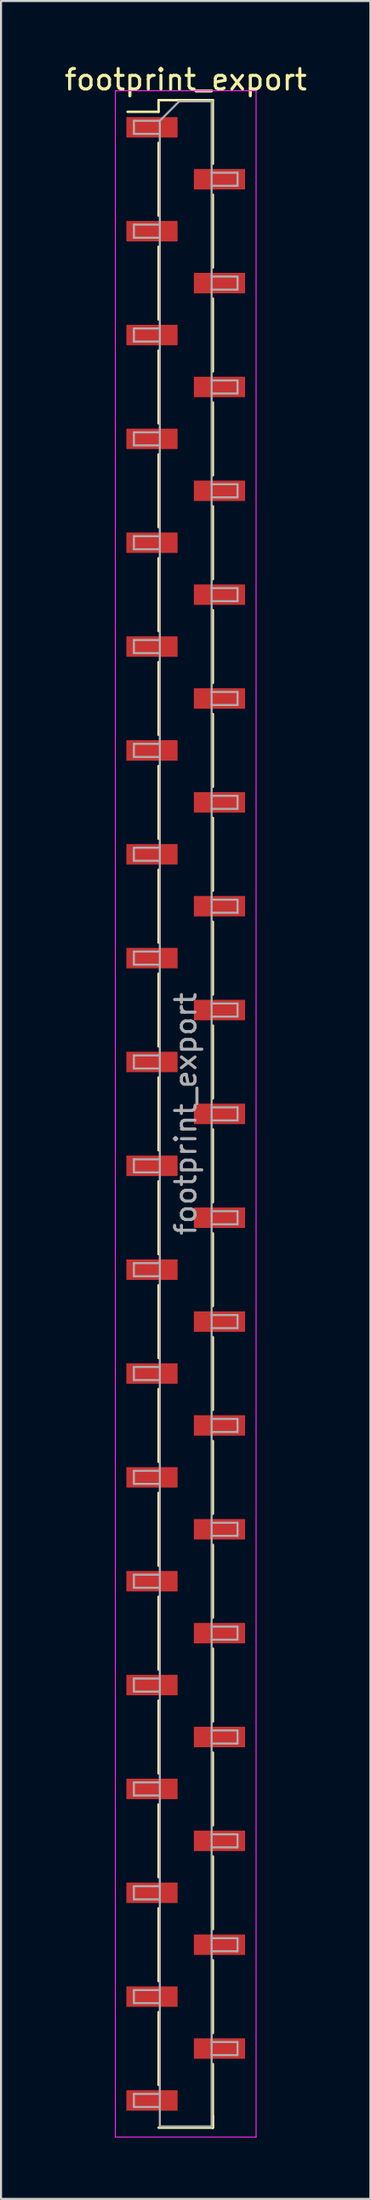
<source format=kicad_pcb>
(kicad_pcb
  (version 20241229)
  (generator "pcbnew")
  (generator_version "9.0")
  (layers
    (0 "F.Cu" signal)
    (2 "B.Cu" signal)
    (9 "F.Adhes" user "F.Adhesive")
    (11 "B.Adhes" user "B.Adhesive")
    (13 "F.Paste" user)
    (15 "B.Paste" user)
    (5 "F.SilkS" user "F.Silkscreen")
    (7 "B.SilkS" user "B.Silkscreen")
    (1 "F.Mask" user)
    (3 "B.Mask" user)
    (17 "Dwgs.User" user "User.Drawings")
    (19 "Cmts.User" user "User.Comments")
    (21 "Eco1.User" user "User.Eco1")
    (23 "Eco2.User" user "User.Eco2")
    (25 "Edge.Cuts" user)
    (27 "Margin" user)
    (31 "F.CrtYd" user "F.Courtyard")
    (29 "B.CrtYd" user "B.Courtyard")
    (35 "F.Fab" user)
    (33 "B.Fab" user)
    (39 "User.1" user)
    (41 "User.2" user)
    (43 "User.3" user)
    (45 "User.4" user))
  (footprint "footprint_export"
    (layer "F.Cu")
    (at 6.054 51.438)
    (property "Reference" "footprint_export" (at 0 -50.59 0) (layer "F.SilkS") (effects (font (size 1 1) (thickness 0.15))))
    (attr smd)
    (fp_line (start -1.33 -49.59) (end -1.33 -49.02) (stroke (width 0.12) (type solid)) (layer "F.SilkS"))
    (fp_line (start -1.33 -49.59) (end 1.33 -49.59) (stroke (width 0.12) (type solid)) (layer "F.SilkS"))
    (fp_line (start -1.33 -49.02) (end -2.85 -49.02) (stroke (width 0.12) (type solid)) (layer "F.SilkS"))
    (fp_line (start -1.33 -47.5) (end -1.33 -43.94) (stroke (width 0.12) (type solid)) (layer "F.SilkS"))
    (fp_line (start -1.33 -42.42) (end -1.33 -38.86) (stroke (width 0.12) (type solid)) (layer "F.SilkS"))
    (fp_line (start -1.33 -37.34) (end -1.33 -33.78) (stroke (width 0.12) (type solid)) (layer "F.SilkS"))
    (fp_line (start -1.33 -32.26) (end -1.33 -28.7) (stroke (width 0.12) (type solid)) (layer "F.SilkS"))
    (fp_line (start -1.33 -27.18) (end -1.33 -23.62) (stroke (width 0.12) (type solid)) (layer "F.SilkS"))
    (fp_line (start -1.33 -22.1) (end -1.33 -18.54) (stroke (width 0.12) (type solid)) (layer "F.SilkS"))
    (fp_line (start -1.33 -17.02) (end -1.33 -13.46) (stroke (width 0.12) (type solid)) (layer "F.SilkS"))
    (fp_line (start -1.33 -11.94) (end -1.33 -8.38) (stroke (width 0.12) (type solid)) (layer "F.SilkS"))
    (fp_line (start -1.33 -6.86) (end -1.33 -3.3) (stroke (width 0.12) (type solid)) (layer "F.SilkS"))
    (fp_line (start -1.33 -1.78) (end -1.33 1.78) (stroke (width 0.12) (type solid)) (layer "F.SilkS"))
    (fp_line (start -1.33 3.3) (end -1.33 6.86) (stroke (width 0.12) (type solid)) (layer "F.SilkS"))
    (fp_line (start -1.33 8.38) (end -1.33 11.94) (stroke (width 0.12) (type solid)) (layer "F.SilkS"))
    (fp_line (start -1.33 13.46) (end -1.33 17.02) (stroke (width 0.12) (type solid)) (layer "F.SilkS"))
    (fp_line (start -1.33 18.54) (end -1.33 22.1) (stroke (width 0.12) (type solid)) (layer "F.SilkS"))
    (fp_line (start -1.33 23.62) (end -1.33 27.18) (stroke (width 0.12) (type solid)) (layer "F.SilkS"))
    (fp_line (start -1.33 28.7) (end -1.33 32.26) (stroke (width 0.12) (type solid)) (layer "F.SilkS"))
    (fp_line (start -1.33 33.78) (end -1.33 37.34) (stroke (width 0.12) (type solid)) (layer "F.SilkS"))
    (fp_line (start -1.33 38.86) (end -1.33 42.42) (stroke (width 0.12) (type solid)) (layer "F.SilkS"))
    (fp_line (start -1.33 43.94) (end -1.33 47.5) (stroke (width 0.12) (type solid)) (layer "F.SilkS"))
    (fp_line (start -1.33 49.59) (end 1.33 49.59) (stroke (width 0.12) (type solid)) (layer "F.SilkS"))
    (fp_line (start 1.33 -49.59) (end 1.33 -46.48) (stroke (width 0.12) (type solid)) (layer "F.SilkS"))
    (fp_line (start 1.33 -44.96) (end 1.33 -41.4) (stroke (width 0.12) (type solid)) (layer "F.SilkS"))
    (fp_line (start 1.33 -39.88) (end 1.33 -36.32) (stroke (width 0.12) (type solid)) (layer "F.SilkS"))
    (fp_line (start 1.33 -34.8) (end 1.33 -31.24) (stroke (width 0.12) (type solid)) (layer "F.SilkS"))
    (fp_line (start 1.33 -29.72) (end 1.33 -26.16) (stroke (width 0.12) (type solid)) (layer "F.SilkS"))
    (fp_line (start 1.33 -24.64) (end 1.33 -21.08) (stroke (width 0.12) (type solid)) (layer "F.SilkS"))
    (fp_line (start 1.33 -19.56) (end 1.33 -16) (stroke (width 0.12) (type solid)) (layer "F.SilkS"))
    (fp_line (start 1.33 -14.48) (end 1.33 -10.92) (stroke (width 0.12) (type solid)) (layer "F.SilkS"))
    (fp_line (start 1.33 -9.4) (end 1.33 -5.84) (stroke (width 0.12) (type solid)) (layer "F.SilkS"))
    (fp_line (start 1.33 -4.32) (end 1.33 -0.76) (stroke (width 0.12) (type solid)) (layer "F.SilkS"))
    (fp_line (start 1.33 0.76) (end 1.33 4.32) (stroke (width 0.12) (type solid)) (layer "F.SilkS"))
    (fp_line (start 1.33 5.84) (end 1.33 9.4) (stroke (width 0.12) (type solid)) (layer "F.SilkS"))
    (fp_line (start 1.33 10.92) (end 1.33 14.48) (stroke (width 0.12) (type solid)) (layer "F.SilkS"))
    (fp_line (start 1.33 16) (end 1.33 19.56) (stroke (width 0.12) (type solid)) (layer "F.SilkS"))
    (fp_line (start 1.33 21.08) (end 1.33 24.64) (stroke (width 0.12) (type solid)) (layer "F.SilkS"))
    (fp_line (start 1.33 26.16) (end 1.33 29.72) (stroke (width 0.12) (type solid)) (layer "F.SilkS"))
    (fp_line (start 1.33 31.24) (end 1.33 34.8) (stroke (width 0.12) (type solid)) (layer "F.SilkS"))
    (fp_line (start 1.33 36.32) (end 1.33 39.88) (stroke (width 0.12) (type solid)) (layer "F.SilkS"))
    (fp_line (start 1.33 41.4) (end 1.33 44.96) (stroke (width 0.12) (type solid)) (layer "F.SilkS"))
    (fp_line (start 1.33 46.48) (end 1.33 49.59) (stroke (width 0.12) (type solid)) (layer "F.SilkS"))
    (fp_line (start 1.33 49.02) (end 1.33 49.59) (stroke (width 0.12) (type solid)) (layer "F.SilkS"))
    (fp_line (start -3.45 -50.05) (end -3.45 50.05) (stroke (width 0.05) (type solid)) (layer "F.CrtYd"))
    (fp_line (start -3.45 50.05) (end 3.45 50.05) (stroke (width 0.05) (type solid)) (layer "F.CrtYd"))
    (fp_line (start 3.45 -50.05) (end -3.45 -50.05) (stroke (width 0.05) (type solid)) (layer "F.CrtYd"))
    (fp_line (start 3.45 50.05) (end 3.45 -50.05) (stroke (width 0.05) (type solid)) (layer "F.CrtYd"))
    (fp_line (start -2.54 -48.58) (end -2.54 -47.94) (stroke (width 0.1) (type solid)) (layer "F.Fab"))
    (fp_line (start -2.54 -47.94) (end -1.27 -47.94) (stroke (width 0.1) (type solid)) (layer "F.Fab"))
    (fp_line (start -2.54 -43.5) (end -2.54 -42.86) (stroke (width 0.1) (type solid)) (layer "F.Fab"))
    (fp_line (start -2.54 -42.86) (end -1.27 -42.86) (stroke (width 0.1) (type solid)) (layer "F.Fab"))
    (fp_line (start -2.54 -38.42) (end -2.54 -37.78) (stroke (width 0.1) (type solid)) (layer "F.Fab"))
    (fp_line (start -2.54 -37.78) (end -1.27 -37.78) (stroke (width 0.1) (type solid)) (layer "F.Fab"))
    (fp_line (start -2.54 -33.34) (end -2.54 -32.7) (stroke (width 0.1) (type solid)) (layer "F.Fab"))
    (fp_line (start -2.54 -32.7) (end -1.27 -32.7) (stroke (width 0.1) (type solid)) (layer "F.Fab"))
    (fp_line (start -2.54 -28.26) (end -2.54 -27.62) (stroke (width 0.1) (type solid)) (layer "F.Fab"))
    (fp_line (start -2.54 -27.62) (end -1.27 -27.62) (stroke (width 0.1) (type solid)) (layer "F.Fab"))
    (fp_line (start -2.54 -23.18) (end -2.54 -22.54) (stroke (width 0.1) (type solid)) (layer "F.Fab"))
    (fp_line (start -2.54 -22.54) (end -1.27 -22.54) (stroke (width 0.1) (type solid)) (layer "F.Fab"))
    (fp_line (start -2.54 -18.1) (end -2.54 -17.46) (stroke (width 0.1) (type solid)) (layer "F.Fab"))
    (fp_line (start -2.54 -17.46) (end -1.27 -17.46) (stroke (width 0.1) (type solid)) (layer "F.Fab"))
    (fp_line (start -2.54 -13.02) (end -2.54 -12.38) (stroke (width 0.1) (type solid)) (layer "F.Fab"))
    (fp_line (start -2.54 -12.38) (end -1.27 -12.38) (stroke (width 0.1) (type solid)) (layer "F.Fab"))
    (fp_line (start -2.54 -7.94) (end -2.54 -7.3) (stroke (width 0.1) (type solid)) (layer "F.Fab"))
    (fp_line (start -2.54 -7.3) (end -1.27 -7.3) (stroke (width 0.1) (type solid)) (layer "F.Fab"))
    (fp_line (start -2.54 -2.86) (end -2.54 -2.22) (stroke (width 0.1) (type solid)) (layer "F.Fab"))
    (fp_line (start -2.54 -2.22) (end -1.27 -2.22) (stroke (width 0.1) (type solid)) (layer "F.Fab"))
    (fp_line (start -2.54 2.22) (end -2.54 2.86) (stroke (width 0.1) (type solid)) (layer "F.Fab"))
    (fp_line (start -2.54 2.86) (end -1.27 2.86) (stroke (width 0.1) (type solid)) (layer "F.Fab"))
    (fp_line (start -2.54 7.3) (end -2.54 7.94) (stroke (width 0.1) (type solid)) (layer "F.Fab"))
    (fp_line (start -2.54 7.94) (end -1.27 7.94) (stroke (width 0.1) (type solid)) (layer "F.Fab"))
    (fp_line (start -2.54 12.38) (end -2.54 13.02) (stroke (width 0.1) (type solid)) (layer "F.Fab"))
    (fp_line (start -2.54 13.02) (end -1.27 13.02) (stroke (width 0.1) (type solid)) (layer "F.Fab"))
    (fp_line (start -2.54 17.46) (end -2.54 18.1) (stroke (width 0.1) (type solid)) (layer "F.Fab"))
    (fp_line (start -2.54 18.1) (end -1.27 18.1) (stroke (width 0.1) (type solid)) (layer "F.Fab"))
    (fp_line (start -2.54 22.54) (end -2.54 23.18) (stroke (width 0.1) (type solid)) (layer "F.Fab"))
    (fp_line (start -2.54 23.18) (end -1.27 23.18) (stroke (width 0.1) (type solid)) (layer "F.Fab"))
    (fp_line (start -2.54 27.62) (end -2.54 28.26) (stroke (width 0.1) (type solid)) (layer "F.Fab"))
    (fp_line (start -2.54 28.26) (end -1.27 28.26) (stroke (width 0.1) (type solid)) (layer "F.Fab"))
    (fp_line (start -2.54 32.7) (end -2.54 33.34) (stroke (width 0.1) (type solid)) (layer "F.Fab"))
    (fp_line (start -2.54 33.34) (end -1.27 33.34) (stroke (width 0.1) (type solid)) (layer "F.Fab"))
    (fp_line (start -2.54 37.78) (end -2.54 38.42) (stroke (width 0.1) (type solid)) (layer "F.Fab"))
    (fp_line (start -2.54 38.42) (end -1.27 38.42) (stroke (width 0.1) (type solid)) (layer "F.Fab"))
    (fp_line (start -2.54 42.86) (end -2.54 43.5) (stroke (width 0.1) (type solid)) (layer "F.Fab"))
    (fp_line (start -2.54 43.5) (end -1.27 43.5) (stroke (width 0.1) (type solid)) (layer "F.Fab"))
    (fp_line (start -2.54 47.94) (end -2.54 48.58) (stroke (width 0.1) (type solid)) (layer "F.Fab"))
    (fp_line (start -2.54 48.58) (end -1.27 48.58) (stroke (width 0.1) (type solid)) (layer "F.Fab"))
    (fp_line (start -1.27 -48.58) (end -2.54 -48.58) (stroke (width 0.1) (type solid)) (layer "F.Fab"))
    (fp_line (start -1.27 -48.58) (end -0.32 -49.53) (stroke (width 0.1) (type solid)) (layer "F.Fab"))
    (fp_line (start -1.27 -43.5) (end -2.54 -43.5) (stroke (width 0.1) (type solid)) (layer "F.Fab"))
    (fp_line (start -1.27 -38.42) (end -2.54 -38.42) (stroke (width 0.1) (type solid)) (layer "F.Fab"))
    (fp_line (start -1.27 -33.34) (end -2.54 -33.34) (stroke (width 0.1) (type solid)) (layer "F.Fab"))
    (fp_line (start -1.27 -28.26) (end -2.54 -28.26) (stroke (width 0.1) (type solid)) (layer "F.Fab"))
    (fp_line (start -1.27 -23.18) (end -2.54 -23.18) (stroke (width 0.1) (type solid)) (layer "F.Fab"))
    (fp_line (start -1.27 -18.1) (end -2.54 -18.1) (stroke (width 0.1) (type solid)) (layer "F.Fab"))
    (fp_line (start -1.27 -13.02) (end -2.54 -13.02) (stroke (width 0.1) (type solid)) (layer "F.Fab"))
    (fp_line (start -1.27 -7.94) (end -2.54 -7.94) (stroke (width 0.1) (type solid)) (layer "F.Fab"))
    (fp_line (start -1.27 -2.86) (end -2.54 -2.86) (stroke (width 0.1) (type solid)) (layer "F.Fab"))
    (fp_line (start -1.27 2.22) (end -2.54 2.22) (stroke (width 0.1) (type solid)) (layer "F.Fab"))
    (fp_line (start -1.27 7.3) (end -2.54 7.3) (stroke (width 0.1) (type solid)) (layer "F.Fab"))
    (fp_line (start -1.27 12.38) (end -2.54 12.38) (stroke (width 0.1) (type solid)) (layer "F.Fab"))
    (fp_line (start -1.27 17.46) (end -2.54 17.46) (stroke (width 0.1) (type solid)) (layer "F.Fab"))
    (fp_line (start -1.27 22.54) (end -2.54 22.54) (stroke (width 0.1) (type solid)) (layer "F.Fab"))
    (fp_line (start -1.27 27.62) (end -2.54 27.62) (stroke (width 0.1) (type solid)) (layer "F.Fab"))
    (fp_line (start -1.27 32.7) (end -2.54 32.7) (stroke (width 0.1) (type solid)) (layer "F.Fab"))
    (fp_line (start -1.27 37.78) (end -2.54 37.78) (stroke (width 0.1) (type solid)) (layer "F.Fab"))
    (fp_line (start -1.27 42.86) (end -2.54 42.86) (stroke (width 0.1) (type solid)) (layer "F.Fab"))
    (fp_line (start -1.27 47.94) (end -2.54 47.94) (stroke (width 0.1) (type solid)) (layer "F.Fab"))
    (fp_line (start -1.27 49.53) (end -1.27 -48.58) (stroke (width 0.1) (type solid)) (layer "F.Fab"))
    (fp_line (start -0.32 -49.53) (end 1.27 -49.53) (stroke (width 0.1) (type solid)) (layer "F.Fab"))
    (fp_line (start 1.27 -49.53) (end 1.27 49.53) (stroke (width 0.1) (type solid)) (layer "F.Fab"))
    (fp_line (start 1.27 -46.04) (end 2.54 -46.04) (stroke (width 0.1) (type solid)) (layer "F.Fab"))
    (fp_line (start 1.27 -40.96) (end 2.54 -40.96) (stroke (width 0.1) (type solid)) (layer "F.Fab"))
    (fp_line (start 1.27 -35.88) (end 2.54 -35.88) (stroke (width 0.1) (type solid)) (layer "F.Fab"))
    (fp_line (start 1.27 -30.8) (end 2.54 -30.8) (stroke (width 0.1) (type solid)) (layer "F.Fab"))
    (fp_line (start 1.27 -25.72) (end 2.54 -25.72) (stroke (width 0.1) (type solid)) (layer "F.Fab"))
    (fp_line (start 1.27 -20.64) (end 2.54 -20.64) (stroke (width 0.1) (type solid)) (layer "F.Fab"))
    (fp_line (start 1.27 -15.56) (end 2.54 -15.56) (stroke (width 0.1) (type solid)) (layer "F.Fab"))
    (fp_line (start 1.27 -10.48) (end 2.54 -10.48) (stroke (width 0.1) (type solid)) (layer "F.Fab"))
    (fp_line (start 1.27 -5.4) (end 2.54 -5.4) (stroke (width 0.1) (type solid)) (layer "F.Fab"))
    (fp_line (start 1.27 -0.32) (end 2.54 -0.32) (stroke (width 0.1) (type solid)) (layer "F.Fab"))
    (fp_line (start 1.27 4.76) (end 2.54 4.76) (stroke (width 0.1) (type solid)) (layer "F.Fab"))
    (fp_line (start 1.27 9.84) (end 2.54 9.84) (stroke (width 0.1) (type solid)) (layer "F.Fab"))
    (fp_line (start 1.27 14.92) (end 2.54 14.92) (stroke (width 0.1) (type solid)) (layer "F.Fab"))
    (fp_line (start 1.27 20) (end 2.54 20) (stroke (width 0.1) (type solid)) (layer "F.Fab"))
    (fp_line (start 1.27 25.08) (end 2.54 25.08) (stroke (width 0.1) (type solid)) (layer "F.Fab"))
    (fp_line (start 1.27 30.16) (end 2.54 30.16) (stroke (width 0.1) (type solid)) (layer "F.Fab"))
    (fp_line (start 1.27 35.24) (end 2.54 35.24) (stroke (width 0.1) (type solid)) (layer "F.Fab"))
    (fp_line (start 1.27 40.32) (end 2.54 40.32) (stroke (width 0.1) (type solid)) (layer "F.Fab"))
    (fp_line (start 1.27 45.4) (end 2.54 45.4) (stroke (width 0.1) (type solid)) (layer "F.Fab"))
    (fp_line (start 1.27 49.53) (end -1.27 49.53) (stroke (width 0.1) (type solid)) (layer "F.Fab"))
    (fp_line (start 2.54 -46.04) (end 2.54 -45.4) (stroke (width 0.1) (type solid)) (layer "F.Fab"))
    (fp_line (start 2.54 -45.4) (end 1.27 -45.4) (stroke (width 0.1) (type solid)) (layer "F.Fab"))
    (fp_line (start 2.54 -40.96) (end 2.54 -40.32) (stroke (width 0.1) (type solid)) (layer "F.Fab"))
    (fp_line (start 2.54 -40.32) (end 1.27 -40.32) (stroke (width 0.1) (type solid)) (layer "F.Fab"))
    (fp_line (start 2.54 -35.88) (end 2.54 -35.24) (stroke (width 0.1) (type solid)) (layer "F.Fab"))
    (fp_line (start 2.54 -35.24) (end 1.27 -35.24) (stroke (width 0.1) (type solid)) (layer "F.Fab"))
    (fp_line (start 2.54 -30.8) (end 2.54 -30.16) (stroke (width 0.1) (type solid)) (layer "F.Fab"))
    (fp_line (start 2.54 -30.16) (end 1.27 -30.16) (stroke (width 0.1) (type solid)) (layer "F.Fab"))
    (fp_line (start 2.54 -25.72) (end 2.54 -25.08) (stroke (width 0.1) (type solid)) (layer "F.Fab"))
    (fp_line (start 2.54 -25.08) (end 1.27 -25.08) (stroke (width 0.1) (type solid)) (layer "F.Fab"))
    (fp_line (start 2.54 -20.64) (end 2.54 -20) (stroke (width 0.1) (type solid)) (layer "F.Fab"))
    (fp_line (start 2.54 -20) (end 1.27 -20) (stroke (width 0.1) (type solid)) (layer "F.Fab"))
    (fp_line (start 2.54 -15.56) (end 2.54 -14.92) (stroke (width 0.1) (type solid)) (layer "F.Fab"))
    (fp_line (start 2.54 -14.92) (end 1.27 -14.92) (stroke (width 0.1) (type solid)) (layer "F.Fab"))
    (fp_line (start 2.54 -10.48) (end 2.54 -9.84) (stroke (width 0.1) (type solid)) (layer "F.Fab"))
    (fp_line (start 2.54 -9.84) (end 1.27 -9.84) (stroke (width 0.1) (type solid)) (layer "F.Fab"))
    (fp_line (start 2.54 -5.4) (end 2.54 -4.76) (stroke (width 0.1) (type solid)) (layer "F.Fab"))
    (fp_line (start 2.54 -4.76) (end 1.27 -4.76) (stroke (width 0.1) (type solid)) (layer "F.Fab"))
    (fp_line (start 2.54 -0.32) (end 2.54 0.32) (stroke (width 0.1) (type solid)) (layer "F.Fab"))
    (fp_line (start 2.54 0.32) (end 1.27 0.32) (stroke (width 0.1) (type solid)) (layer "F.Fab"))
    (fp_line (start 2.54 4.76) (end 2.54 5.4) (stroke (width 0.1) (type solid)) (layer "F.Fab"))
    (fp_line (start 2.54 5.4) (end 1.27 5.4) (stroke (width 0.1) (type solid)) (layer "F.Fab"))
    (fp_line (start 2.54 9.84) (end 2.54 10.48) (stroke (width 0.1) (type solid)) (layer "F.Fab"))
    (fp_line (start 2.54 10.48) (end 1.27 10.48) (stroke (width 0.1) (type solid)) (layer "F.Fab"))
    (fp_line (start 2.54 14.92) (end 2.54 15.56) (stroke (width 0.1) (type solid)) (layer "F.Fab"))
    (fp_line (start 2.54 15.56) (end 1.27 15.56) (stroke (width 0.1) (type solid)) (layer "F.Fab"))
    (fp_line (start 2.54 20) (end 2.54 20.64) (stroke (width 0.1) (type solid)) (layer "F.Fab"))
    (fp_line (start 2.54 20.64) (end 1.27 20.64) (stroke (width 0.1) (type solid)) (layer "F.Fab"))
    (fp_line (start 2.54 25.08) (end 2.54 25.72) (stroke (width 0.1) (type solid)) (layer "F.Fab"))
    (fp_line (start 2.54 25.72) (end 1.27 25.72) (stroke (width 0.1) (type solid)) (layer "F.Fab"))
    (fp_line (start 2.54 30.16) (end 2.54 30.8) (stroke (width 0.1) (type solid)) (layer "F.Fab"))
    (fp_line (start 2.54 30.8) (end 1.27 30.8) (stroke (width 0.1) (type solid)) (layer "F.Fab"))
    (fp_line (start 2.54 35.24) (end 2.54 35.88) (stroke (width 0.1) (type solid)) (layer "F.Fab"))
    (fp_line (start 2.54 35.88) (end 1.27 35.88) (stroke (width 0.1) (type solid)) (layer "F.Fab"))
    (fp_line (start 2.54 40.32) (end 2.54 40.96) (stroke (width 0.1) (type solid)) (layer "F.Fab"))
    (fp_line (start 2.54 40.96) (end 1.27 40.96) (stroke (width 0.1) (type solid)) (layer "F.Fab"))
    (fp_line (start 2.54 45.4) (end 2.54 46.04) (stroke (width 0.1) (type solid)) (layer "F.Fab"))
    (fp_line (start 2.54 46.04) (end 1.27 46.04) (stroke (width 0.1) (type solid)) (layer "F.Fab"))
    (fp_text user "${REFERENCE}" (at 0 0 90) (layer "F.Fab") (effects (font (size 1 1) (thickness 0.15))))
    (pad "1" smd rect (at -1.655 -48.26) (size 2.51 1) (layers "F.Cu" "F.Mask" "F.Paste"))
    (pad "2" smd rect (at 1.655 -45.72) (size 2.51 1) (layers "F.Cu" "F.Mask" "F.Paste"))
    (pad "3" smd rect (at -1.655 -43.18) (size 2.51 1) (layers "F.Cu" "F.Mask" "F.Paste"))
    (pad "4" smd rect (at 1.655 -40.64) (size 2.51 1) (layers "F.Cu" "F.Mask" "F.Paste"))
    (pad "5" smd rect (at -1.655 -38.1) (size 2.51 1) (layers "F.Cu" "F.Mask" "F.Paste"))
    (pad "6" smd rect (at 1.655 -35.56) (size 2.51 1) (layers "F.Cu" "F.Mask" "F.Paste"))
    (pad "7" smd rect (at -1.655 -33.02) (size 2.51 1) (layers "F.Cu" "F.Mask" "F.Paste"))
    (pad "8" smd rect (at 1.655 -30.48) (size 2.51 1) (layers "F.Cu" "F.Mask" "F.Paste"))
    (pad "9" smd rect (at -1.655 -27.94) (size 2.51 1) (layers "F.Cu" "F.Mask" "F.Paste"))
    (pad "10" smd rect (at 1.655 -25.4) (size 2.51 1) (layers "F.Cu" "F.Mask" "F.Paste"))
    (pad "11" smd rect (at -1.655 -22.86) (size 2.51 1) (layers "F.Cu" "F.Mask" "F.Paste"))
    (pad "12" smd rect (at 1.655 -20.32) (size 2.51 1) (layers "F.Cu" "F.Mask" "F.Paste"))
    (pad "13" smd rect (at -1.655 -17.78) (size 2.51 1) (layers "F.Cu" "F.Mask" "F.Paste"))
    (pad "14" smd rect (at 1.655 -15.24) (size 2.51 1) (layers "F.Cu" "F.Mask" "F.Paste"))
    (pad "15" smd rect (at -1.655 -12.7) (size 2.51 1) (layers "F.Cu" "F.Mask" "F.Paste"))
    (pad "16" smd rect (at 1.655 -10.16) (size 2.51 1) (layers "F.Cu" "F.Mask" "F.Paste"))
    (pad "17" smd rect (at -1.655 -7.62) (size 2.51 1) (layers "F.Cu" "F.Mask" "F.Paste"))
    (pad "18" smd rect (at 1.655 -5.08) (size 2.51 1) (layers "F.Cu" "F.Mask" "F.Paste"))
    (pad "19" smd rect (at -1.655 -2.54) (size 2.51 1) (layers "F.Cu" "F.Mask" "F.Paste"))
    (pad "20" smd rect (at 1.655 0) (size 2.51 1) (layers "F.Cu" "F.Mask" "F.Paste"))
    (pad "21" smd rect (at -1.655 2.54) (size 2.51 1) (layers "F.Cu" "F.Mask" "F.Paste"))
    (pad "22" smd rect (at 1.655 5.08) (size 2.51 1) (layers "F.Cu" "F.Mask" "F.Paste"))
    (pad "23" smd rect (at -1.655 7.62) (size 2.51 1) (layers "F.Cu" "F.Mask" "F.Paste"))
    (pad "24" smd rect (at 1.655 10.16) (size 2.51 1) (layers "F.Cu" "F.Mask" "F.Paste"))
    (pad "25" smd rect (at -1.655 12.7) (size 2.51 1) (layers "F.Cu" "F.Mask" "F.Paste"))
    (pad "26" smd rect (at 1.655 15.24) (size 2.51 1) (layers "F.Cu" "F.Mask" "F.Paste"))
    (pad "27" smd rect (at -1.655 17.78) (size 2.51 1) (layers "F.Cu" "F.Mask" "F.Paste"))
    (pad "28" smd rect (at 1.655 20.32) (size 2.51 1) (layers "F.Cu" "F.Mask" "F.Paste"))
    (pad "29" smd rect (at -1.655 22.86) (size 2.51 1) (layers "F.Cu" "F.Mask" "F.Paste"))
    (pad "30" smd rect (at 1.655 25.4) (size 2.51 1) (layers "F.Cu" "F.Mask" "F.Paste"))
    (pad "31" smd rect (at -1.655 27.94) (size 2.51 1) (layers "F.Cu" "F.Mask" "F.Paste"))
    (pad "32" smd rect (at 1.655 30.48) (size 2.51 1) (layers "F.Cu" "F.Mask" "F.Paste"))
    (pad "33" smd rect (at -1.655 33.02) (size 2.51 1) (layers "F.Cu" "F.Mask" "F.Paste"))
    (pad "34" smd rect (at 1.655 35.56) (size 2.51 1) (layers "F.Cu" "F.Mask" "F.Paste"))
    (pad "35" smd rect (at -1.655 38.1) (size 2.51 1) (layers "F.Cu" "F.Mask" "F.Paste"))
    (pad "36" smd rect (at 1.655 40.64) (size 2.51 1) (layers "F.Cu" "F.Mask" "F.Paste"))
    (pad "37" smd rect (at -1.655 43.18) (size 2.51 1) (layers "F.Cu" "F.Mask" "F.Paste"))
    (pad "38" smd rect (at 1.655 45.72) (size 2.51 1) (layers "F.Cu" "F.Mask" "F.Paste"))
    (pad "39" smd rect (at -1.655 48.26) (size 2.51 1) (layers "F.Cu" "F.Mask" "F.Paste")))
  (gr_rect
    (start -3 -3)
    (end 15.107 104.513)
    (stroke (width 0.1) (type default))
    (fill no)
    (layer "Edge.Cuts")))
</source>
